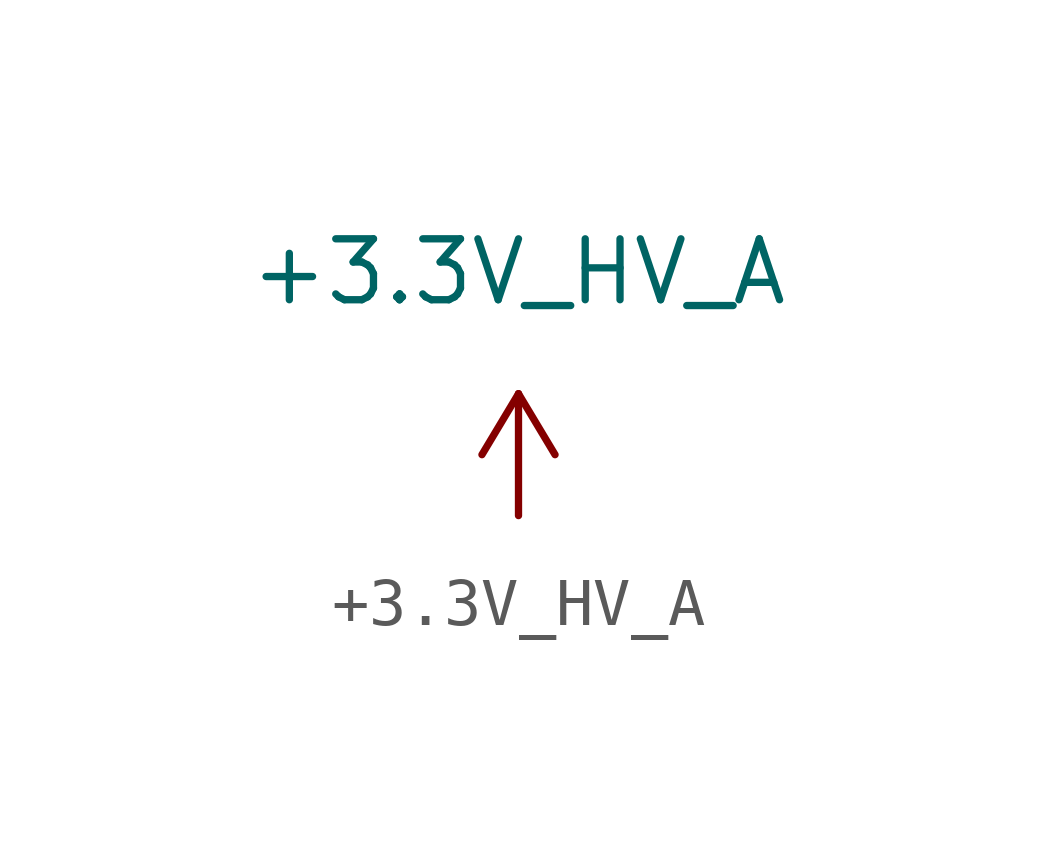
<source format=kicad_sym>
(kicad_symbol_lib
  (version 20220914)
  (generator kicad_symbol_editor)
  (symbol "+3.3V_HV_A"
    (power)
    (pin_numbers hide)
    (pin_names
      (offset 0))
    (property "Reference" "#PWR"
      (at 1.27 0 90)
      (effects (font (size 1.27 1.27)) hide))
    (property "Value" "+3.3V_HV_A"
      (at 0 5.08 0)
      (effects (font (size 1.27 1.27))))
    (symbol "+3.3V_HV_A_1_1"
      (polyline (pts (xy -0.762 1.27) (xy 0 2.54)) (stroke (width 0) (type default)) (fill (type none)))
      (polyline (pts (xy 0 0) (xy 0 2.54)) (stroke (width 0) (type default)) (fill (type none)))
      (polyline (pts (xy 0 2.54) (xy 0.762 1.27)) (stroke (width 0) (type default)) (fill (type none)))
      (pin power_in line (at 0 0 90) (length 0) hide (name "+3.3V_HV_A" (effects (font (size 1.27 1.27)))) (number "1" (effects (font (size 1.27 1.27))))))))
</source>
